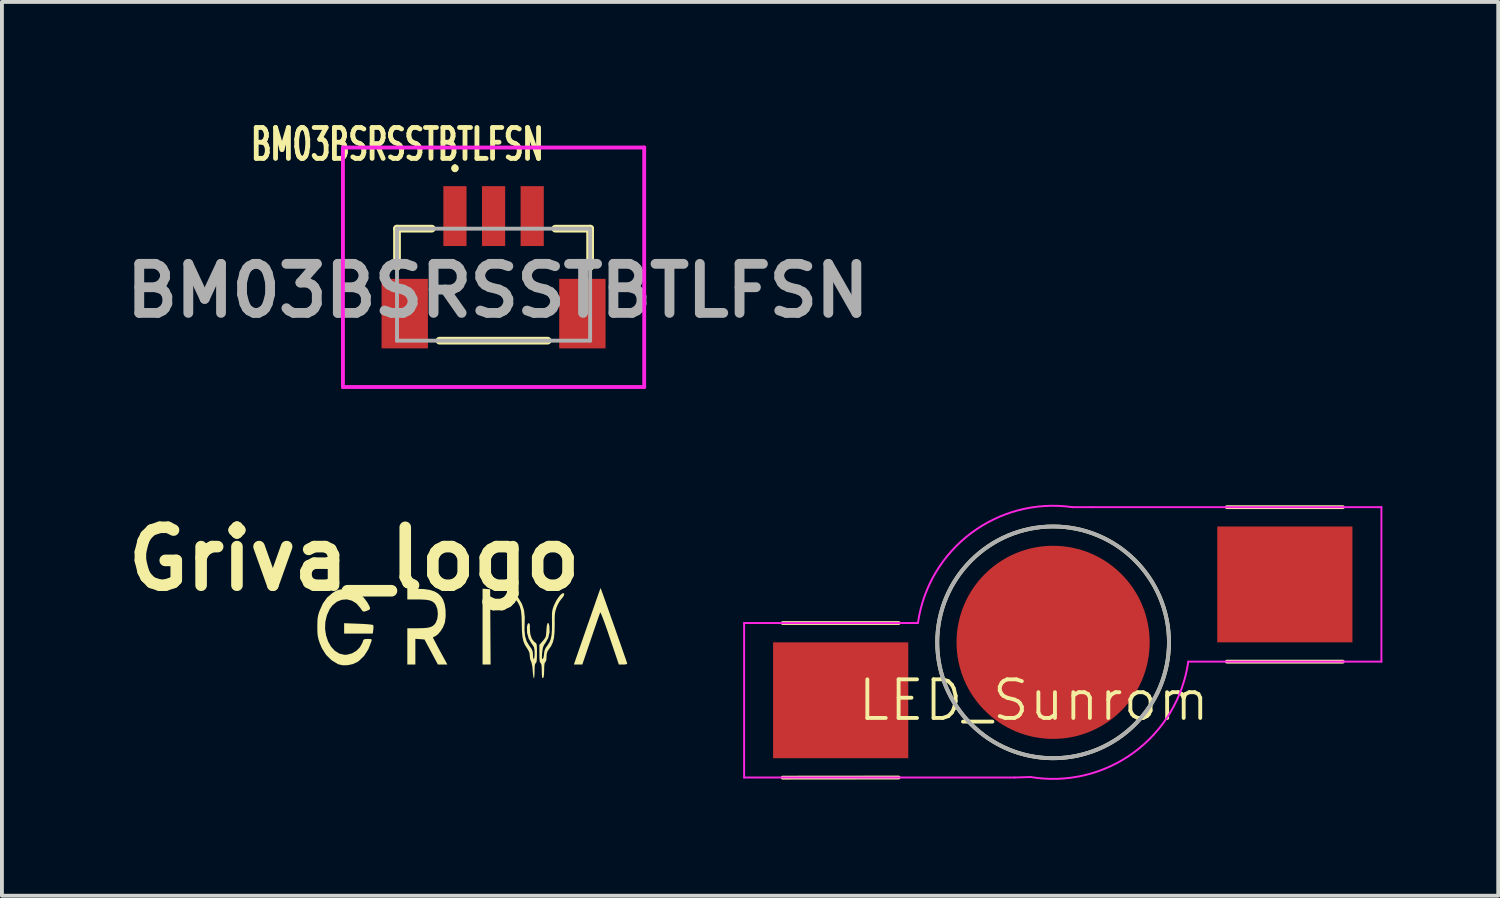
<source format=kicad_pcb>
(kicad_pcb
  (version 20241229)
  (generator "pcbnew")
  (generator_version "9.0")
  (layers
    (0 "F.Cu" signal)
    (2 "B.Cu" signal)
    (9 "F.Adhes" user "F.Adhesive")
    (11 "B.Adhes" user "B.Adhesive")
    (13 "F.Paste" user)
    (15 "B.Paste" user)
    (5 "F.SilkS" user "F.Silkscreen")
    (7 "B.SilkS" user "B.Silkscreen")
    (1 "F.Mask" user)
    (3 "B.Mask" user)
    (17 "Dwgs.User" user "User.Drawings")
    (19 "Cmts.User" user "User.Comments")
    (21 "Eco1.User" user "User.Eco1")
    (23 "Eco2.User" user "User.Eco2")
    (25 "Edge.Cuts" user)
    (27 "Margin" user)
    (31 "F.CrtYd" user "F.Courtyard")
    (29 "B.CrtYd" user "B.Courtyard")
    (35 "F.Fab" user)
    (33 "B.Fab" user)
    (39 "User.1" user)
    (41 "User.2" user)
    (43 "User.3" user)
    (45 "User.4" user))
  (footprint "Griva_logo"
    (layer "F.Cu")
    (at 9.071 13.244)
    (property "Reference" "Griva_logo" (at -2.95 -1.82 0) (layer "F.SilkS") (effects (font (size 1.5 1.5) (thickness 0.3))))
    (attr board_only exclude_from_pos_files exclude_from_bom)
    (fp_poly (pts (xy 0.471 -1.045) (xy 0.57 -1.036) (xy 0.575 -0.062) (xy 0.581 0.912) (xy 0.477 0.912) (xy 0.373 0.912) (xy 0.373 -0.071) (xy 0.373 -1.053)) (stroke (width 0) (type solid)) (fill yes) (layer "F.SilkS"))
    (fp_poly (pts (xy 0.516 -1.553) (xy 0.549 -1.494) (xy 0.553 -1.413) (xy 0.542 -1.368) (xy 0.505 -1.316) (xy 0.45 -1.297) (xy 0.395 -1.314) (xy 0.377 -1.332) (xy 0.358 -1.384) (xy 0.352 -1.437) (xy 0.367 -1.521) (xy 0.411 -1.566) (xy 0.46 -1.575)) (stroke (width 0) (type solid)) (fill yes) (layer "F.SilkS"))
    (fp_poly (pts (xy -2.844 -0.145) (xy -2.724 -0.14) (xy -2.618 -0.133) (xy -2.534 -0.125) (xy -2.479 -0.117) (xy -2.459 -0.111) (xy -2.451 -0.072) (xy -2.454 -0.004) (xy -2.456 0.01) (xy -2.47 0.111) (xy -2.841 0.111) (xy -3.211 0.111) (xy -3.211 -0.024) (xy -3.211 -0.159)) (stroke (width 0) (type solid)) (fill yes) (layer "F.SilkS"))
    (fp_poly (pts (xy 3.437 -1.048) (xy 3.461 -0.982) (xy 3.499 -0.878) (xy 3.547 -0.744) (xy 3.603 -0.586) (xy 3.665 -0.41) (xy 3.731 -0.224) (xy 3.799 -0.032) (xy 3.865 0.157) (xy 3.929 0.338) (xy 3.987 0.504) (xy 4.037 0.649) (xy 4.078 0.765) (xy 4.106 0.848) (xy 4.119 0.889) (xy 4.105 0.901) (xy 4.06 0.91) (xy 4.014 0.912) (xy 3.902 0.912) (xy 3.667 0.219) (xy 3.597 0.013) (xy 3.536 -0.159) (xy 3.486 -0.293) (xy 3.449 -0.385) (xy 3.425 -0.433) (xy 3.418 -0.438) (xy 3.406 -0.403) (xy 3.379 -0.326) (xy 3.339 -0.212) (xy 3.29 -0.069) (xy 3.234 0.095) (xy 3.179 0.256) (xy 2.956 0.912) (xy 2.846 0.912) (xy 2.737 0.912) (xy 2.816 0.684) (xy 2.907 0.421) (xy 2.996 0.165) (xy 3.081 -0.08) (xy 3.161 -0.308) (xy 3.233 -0.516) (xy 3.296 -0.698) (xy 3.349 -0.849) (xy 3.39 -0.964) (xy 3.417 -1.04) (xy 3.428 -1.071) (xy 3.428 -1.071)) (stroke (width 0) (type solid)) (fill yes) (layer "F.SilkS"))
    (fp_poly (pts (xy -1.15 -1.043) (xy -0.994 -1.021) (xy -0.87 -0.981) (xy -0.772 -0.922) (xy -0.695 -0.842) (xy -0.65 -0.769) (xy -0.608 -0.649) (xy -0.585 -0.499) (xy -0.582 -0.34) (xy -0.6 -0.191) (xy -0.61 -0.154) (xy -0.651 -0.052) (xy -0.713 0.047) (xy -0.783 0.129) (xy -0.85 0.178) (xy -0.859 0.182) (xy -0.898 0.199) (xy -0.912 0.212) (xy -0.9 0.238) (xy -0.868 0.3) (xy -0.82 0.391) (xy -0.761 0.503) (xy -0.725 0.569) (xy -0.538 0.912) (xy -0.661 0.912) (xy -0.783 0.912) (xy -0.957 0.587) (xy -1.131 0.263) (xy -1.249 0.254) (xy -1.367 0.246) (xy -1.367 0.579) (xy -1.367 0.912) (xy -1.471 0.912) (xy -1.575 0.912) (xy -1.575 0.442) (xy -1.575 -0.028) (xy -1.31 -0.028) (xy -1.166 -0.031) (xy -1.057 -0.04) (xy -0.975 -0.059) (xy -0.914 -0.089) (xy -0.867 -0.131) (xy -0.84 -0.169) (xy -0.798 -0.276) (xy -0.784 -0.403) (xy -0.799 -0.53) (xy -0.84 -0.633) (xy -0.881 -0.685) (xy -0.932 -0.724) (xy -0.998 -0.749) (xy -1.088 -0.765) (xy -1.208 -0.772) (xy -1.31 -0.774) (xy -1.575 -0.774) (xy -1.575 -0.912) (xy -1.575 -1.05) (xy -1.34 -1.05)) (stroke (width 0) (type solid)) (fill yes) (layer "F.SilkS"))
    (fp_poly (pts (xy -3.058 -1.034) (xy -2.985 -1.027) (xy -2.93 -1.011) (xy -2.882 -0.986) (xy -2.862 -0.972) (xy -2.772 -0.894) (xy -2.681 -0.794) (xy -2.605 -0.689) (xy -2.563 -0.612) (xy -2.542 -0.559) (xy -2.543 -0.525) (xy -2.57 -0.502) (xy -2.631 -0.477) (xy -2.64 -0.474) (xy -2.69 -0.458) (xy -2.723 -0.464) (xy -2.755 -0.498) (xy -2.79 -0.551) (xy -2.891 -0.668) (xy -3.01 -0.742) (xy -3.139 -0.775) (xy -3.271 -0.765) (xy -3.398 -0.715) (xy -3.511 -0.623) (xy -3.585 -0.524) (xy -3.659 -0.361) (xy -3.698 -0.188) (xy -3.704 -0.014) (xy -3.679 0.155) (xy -3.628 0.311) (xy -3.552 0.446) (xy -3.454 0.554) (xy -3.337 0.628) (xy -3.204 0.659) (xy -3.132 0.656) (xy -3.007 0.622) (xy -2.894 0.556) (xy -2.803 0.464) (xy -2.74 0.354) (xy -2.724 0.304) (xy -2.71 0.271) (xy -2.679 0.254) (xy -2.621 0.249) (xy -2.599 0.249) (xy -2.535 0.25) (xy -2.504 0.258) (xy -2.497 0.278) (xy -2.507 0.318) (xy -2.585 0.518) (xy -2.693 0.687) (xy -2.827 0.817) (xy -2.875 0.85) (xy -2.99 0.901) (xy -3.12 0.929) (xy -3.248 0.931) (xy -3.358 0.906) (xy -3.367 0.903) (xy -3.537 0.801) (xy -3.678 0.662) (xy -3.79 0.484) (xy -3.847 0.345) (xy -3.877 0.253) (xy -3.894 0.171) (xy -3.903 0.077) (xy -3.905 -0.048) (xy -3.905 -0.069) (xy -3.903 -0.201) (xy -3.896 -0.298) (xy -3.88 -0.379) (xy -3.853 -0.464) (xy -3.851 -0.47) (xy -3.763 -0.667) (xy -3.653 -0.821) (xy -3.515 -0.939) (xy -3.506 -0.945) (xy -3.438 -0.988) (xy -3.383 -1.014) (xy -3.326 -1.029) (xy -3.254 -1.035) (xy -3.16 -1.036)) (stroke (width 0) (type solid)) (fill yes) (layer "F.SilkS"))
    (fp_poly (pts (xy 1.187 -0.932) (xy 1.238 -0.889) (xy 1.301 -0.813) (xy 1.306 -0.805) (xy 1.394 -0.657) (xy 1.446 -0.499) (xy 1.466 -0.321) (xy 1.463 -0.181) (xy 1.458 0.018) (xy 1.475 0.178) (xy 1.515 0.31) (xy 1.582 0.423) (xy 1.587 0.43) (xy 1.64 0.504) (xy 1.667 0.562) (xy 1.677 0.624) (xy 1.678 0.661) (xy 1.683 0.731) (xy 1.694 0.771) (xy 1.699 0.774) (xy 1.71 0.749) (xy 1.718 0.684) (xy 1.72 0.621) (xy 1.717 0.528) (xy 1.704 0.466) (xy 1.673 0.41) (xy 1.639 0.365) (xy 1.566 0.239) (xy 1.526 0.094) (xy 1.522 -0.056) (xy 1.524 -0.071) (xy 1.541 -0.14) (xy 1.566 -0.161) (xy 1.571 -0.16) (xy 1.591 -0.142) (xy 1.599 -0.092) (xy 1.599 -0.014) (xy 1.609 0.125) (xy 1.648 0.241) (xy 1.71 0.322) (xy 1.73 0.337) (xy 1.755 0.355) (xy 1.77 0.381) (xy 1.778 0.426) (xy 1.781 0.503) (xy 1.782 0.613) (xy 1.78 0.737) (xy 1.775 0.816) (xy 1.764 0.859) (xy 1.751 0.874) (xy 1.733 0.899) (xy 1.723 0.956) (xy 1.72 1.056) (xy 1.72 1.081) (xy 1.717 1.175) (xy 1.711 1.244) (xy 1.702 1.271) (xy 1.702 1.271) (xy 1.692 1.246) (xy 1.681 1.179) (xy 1.672 1.085) (xy 1.672 1.075) (xy 1.66 0.956) (xy 1.642 0.867) (xy 1.627 0.831) (xy 1.605 0.771) (xy 1.595 0.691) (xy 1.595 0.686) (xy 1.587 0.611) (xy 1.555 0.538) (xy 1.517 0.479) (xy 1.465 0.394) (xy 1.428 0.301) (xy 1.405 0.19) (xy 1.392 0.047) (xy 1.388 -0.138) (xy 1.388 -0.153) (xy 1.383 -0.34) (xy 1.367 -0.485) (xy 1.336 -0.6) (xy 1.286 -0.697) (xy 1.221 -0.783) (xy 1.174 -0.842) (xy 1.145 -0.89) (xy 1.139 -0.908) (xy 1.152 -0.939)) (stroke (width 0) (type solid)) (fill yes) (layer "F.SilkS"))
    (fp_poly (pts (xy 2.484 -0.919) (xy 2.486 -0.9) (xy 2.471 -0.859) (xy 2.432 -0.806) (xy 2.414 -0.786) (xy 2.363 -0.718) (xy 2.313 -0.625) (xy 2.29 -0.571) (xy 2.267 -0.501) (xy 2.252 -0.437) (xy 2.243 -0.362) (xy 2.24 -0.262) (xy 2.241 -0.124) (xy 2.237 0.069) (xy 2.222 0.22) (xy 2.192 0.339) (xy 2.145 0.439) (xy 2.095 0.51) (xy 2.051 0.577) (xy 2.033 0.648) (xy 2.03 0.711) (xy 2.023 0.803) (xy 2.001 0.846) (xy 1.999 0.847) (xy 1.982 0.871) (xy 1.972 0.929) (xy 1.968 1.03) (xy 1.968 1.052) (xy 1.964 1.175) (xy 1.952 1.246) (xy 1.932 1.264) (xy 1.919 1.252) (xy 1.912 1.217) (xy 1.908 1.144) (xy 1.906 1.062) (xy 1.903 0.958) (xy 1.893 0.898) (xy 1.875 0.874) (xy 1.859 0.853) (xy 1.849 0.803) (xy 1.845 0.715) (xy 1.844 0.63) (xy 1.844 0.402) (xy 1.931 0.302) (xy 1.978 0.245) (xy 2.005 0.197) (xy 2.018 0.136) (xy 2.025 0.045) (xy 2.026 0.018) (xy 2.036 -0.087) (xy 2.052 -0.151) (xy 2.071 -0.17) (xy 2.09 -0.14) (xy 2.103 -0.082) (xy 2.108 0.073) (xy 2.075 0.219) (xy 2.009 0.339) (xy 1.962 0.409) (xy 1.936 0.475) (xy 1.921 0.563) (xy 1.916 0.612) (xy 1.91 0.706) (xy 1.911 0.755) (xy 1.922 0.77) (xy 1.93 0.768) (xy 1.949 0.734) (xy 1.963 0.661) (xy 1.964 0.638) (xy 1.976 0.553) (xy 2.005 0.483) (xy 2.05 0.419) (xy 2.101 0.342) (xy 2.137 0.256) (xy 2.159 0.15) (xy 2.169 0.012) (xy 2.171 -0.167) (xy 2.17 -0.195) (xy 2.169 -0.328) (xy 2.171 -0.42) (xy 2.179 -0.488) (xy 2.195 -0.548) (xy 2.22 -0.615) (xy 2.227 -0.632) (xy 2.273 -0.727) (xy 2.326 -0.812) (xy 2.379 -0.879) (xy 2.427 -0.924) (xy 2.464 -0.939)) (stroke (width 0) (type solid)) (fill yes) (layer "F.SilkS")))
  (footprint "LED_Sunrom"
    (layer "F.Cu")
    (at 24.216 13.581)
    (property "Reference" "LED_Sunrom" (at -0.5 1.5 0) (unlocked yes) (layer "F.SilkS") (effects (font (size 1 1) (thickness 0.1))))
    (attr smd)
    (fp_line (start -7 -0.5) (end -4 -0.5) (stroke (width 0.1) (type default)) (layer "F.SilkS"))
    (fp_line (start -4 3.5) (end -7 3.503) (stroke (width 0.1) (type default)) (layer "F.SilkS"))
    (fp_line (start 4.5 -3.5) (end 7.5 -3.5) (stroke (width 0.1) (type default)) (layer "F.SilkS"))
    (fp_line (start 4.5 0.5) (end 7.5 0.5) (stroke (width 0.1) (type default)) (layer "F.SilkS"))
    (fp_circle (center 0 0) (end 3 0) (stroke (width 0.1) (type default)) (fill no) (layer "F.SilkS"))
    (fp_line (start -8 -0.5) (end -8 3.5) (stroke (width 0.05) (type default)) (layer "F.CrtYd"))
    (fp_line (start -8 3.5) (end -1 3.5) (stroke (width 0.05) (type default)) (layer "F.CrtYd"))
    (fp_line (start -3.5 -0.5) (end -8 -0.5) (stroke (width 0.05) (type default)) (layer "F.CrtYd"))
    (fp_line (start -1 3.5) (end -0.581 3.487) (stroke (width 0.05) (type default)) (layer "F.CrtYd"))
    (fp_line (start 0.5 -3.5) (end 1 -3.5) (stroke (width 0.05) (type default)) (layer "F.CrtYd"))
    (fp_line (start 7.5 0.5) (end 3.5 0.5) (stroke (width 0.05) (type default)) (layer "F.CrtYd"))
    (fp_line (start 8.5 -3.5) (end 1 -3.5) (stroke (width 0.05) (type default)) (layer "F.CrtYd"))
    (fp_line (start 8.5 -3.5) (end 8.5 0.5) (stroke (width 0.05) (type default)) (layer "F.CrtYd"))
    (fp_line (start 8.5 0.5) (end 7.5 0.5) (stroke (width 0.05) (type default)) (layer "F.CrtYd"))
    (fp_arc (start -3.499999 -0.5) (mid -2.12132 -2.828426) (end 0.5 -3.499999) (stroke (width 0.05) (type default)) (layer "F.CrtYd"))
    (fp_arc (start 3.499999 0.5) (mid 2.088294 2.852897) (end -0.581238 3.487428) (stroke (width 0.05) (type default)) (layer "F.CrtYd"))
    (fp_circle (center 0 0) (end 3 0) (stroke (width 0.1) (type default)) (fill no) (layer "F.Fab"))
    (pad "" smd circle (at 0 0 90) (size 5 5) (layers "F.Cu" "F.Mask" "F.Paste"))
    (pad "1" smd rect (at -5.5 1.5 90) (size 3 3.5) (layers "F.Cu" "F.Mask" "F.Paste"))
    (pad "2" smd rect (at 6 -1.5 90) (size 3 3.5) (layers "F.Cu" "F.Mask" "F.Paste")))
  (footprint "BM03BSRSSTBTLFSN"
    (layer "F.Cu")
    (at 9.729 4.157)
    (property "Reference" "BM03BSRSSTBTLFSN" (at -2.49 -3.47 0) (layer "F.SilkS") (effects (font (size 0.8 0.5) (thickness 0.125))))
    (attr smd)
    (fp_line (start -2.5 -1.287) (end -2.5 -0.3) (stroke (width 0.2) (type solid)) (layer "F.SilkS"))
    (fp_line (start -1.6 -1.287) (end -2.5 -1.287) (stroke (width 0.2) (type solid)) (layer "F.SilkS"))
    (fp_line (start -1.4 1.613) (end 1.4 1.613) (stroke (width 0.2) (type solid)) (layer "F.SilkS"))
    (fp_line (start -1 -2.9) (end -1 -2.9) (stroke (width 0.1) (type solid)) (layer "F.SilkS"))
    (fp_line (start -1 -2.8) (end -1 -2.8) (stroke (width 0.1) (type solid)) (layer "F.SilkS"))
    (fp_line (start 1.6 -1.287) (end 2.5 -1.287) (stroke (width 0.2) (type solid)) (layer "F.SilkS"))
    (fp_line (start 2.5 -1.287) (end 2.5 -0.3) (stroke (width 0.2) (type solid)) (layer "F.SilkS"))
    (fp_arc (start -1 -2.9) (mid -0.95 -2.85) (end -1 -2.8) (stroke (width 0.1) (type solid)) (layer "F.SilkS"))
    (fp_arc (start -1 -2.8) (mid -1.05 -2.85) (end -1 -2.9) (stroke (width 0.1) (type solid)) (layer "F.SilkS"))
    (fp_line (start -3.9 -3.388) (end 3.9 -3.388) (stroke (width 0.1) (type solid)) (layer "F.CrtYd"))
    (fp_line (start -3.9 2.813) (end -3.9 -3.388) (stroke (width 0.1) (type solid)) (layer "F.CrtYd"))
    (fp_line (start 3.9 -3.388) (end 3.9 2.813) (stroke (width 0.1) (type solid)) (layer "F.CrtYd"))
    (fp_line (start 3.9 2.813) (end -3.9 2.813) (stroke (width 0.1) (type solid)) (layer "F.CrtYd"))
    (fp_line (start -2.5 -1.287) (end 2.5 -1.287) (stroke (width 0.1) (type solid)) (layer "F.Fab"))
    (fp_line (start -2.5 1.613) (end -2.5 -1.287) (stroke (width 0.1) (type solid)) (layer "F.Fab"))
    (fp_line (start 2.5 -1.287) (end 2.5 1.613) (stroke (width 0.1) (type solid)) (layer "F.Fab"))
    (fp_line (start 2.5 1.613) (end -2.5 1.613) (stroke (width 0.1) (type solid)) (layer "F.Fab"))
    (fp_text user "${REFERENCE}" (at 0.11 0.32 0) (layer "F.Fab") (effects (font (size 1.27 1.27) (thickness 0.254))))
    (pad "1" smd rect (at -1 -1.612 180) (size 0.6 1.55) (layers "F.Cu" "F.Mask" "F.Paste"))
    (pad "2" smd rect (at 0 -1.612 180) (size 0.6 1.55) (layers "F.Cu" "F.Mask" "F.Paste"))
    (pad "3" smd rect (at 1 -1.612 180) (size 0.6 1.55) (layers "F.Cu" "F.Mask" "F.Paste"))
    (pad "4" smd rect (at -2.3 0.913 180) (size 1.2 1.8) (layers "F.Cu" "F.Mask" "F.Paste"))
    (pad "5" smd rect (at 2.3 0.913 180) (size 1.2 1.8) (layers "F.Cu" "F.Mask" "F.Paste")))
  (gr_rect
    (start -3 -3)
    (end 35.741 20.141)
    (stroke (width 0.1) (type default))
    (fill no)
    (layer "Edge.Cuts")))
</source>
